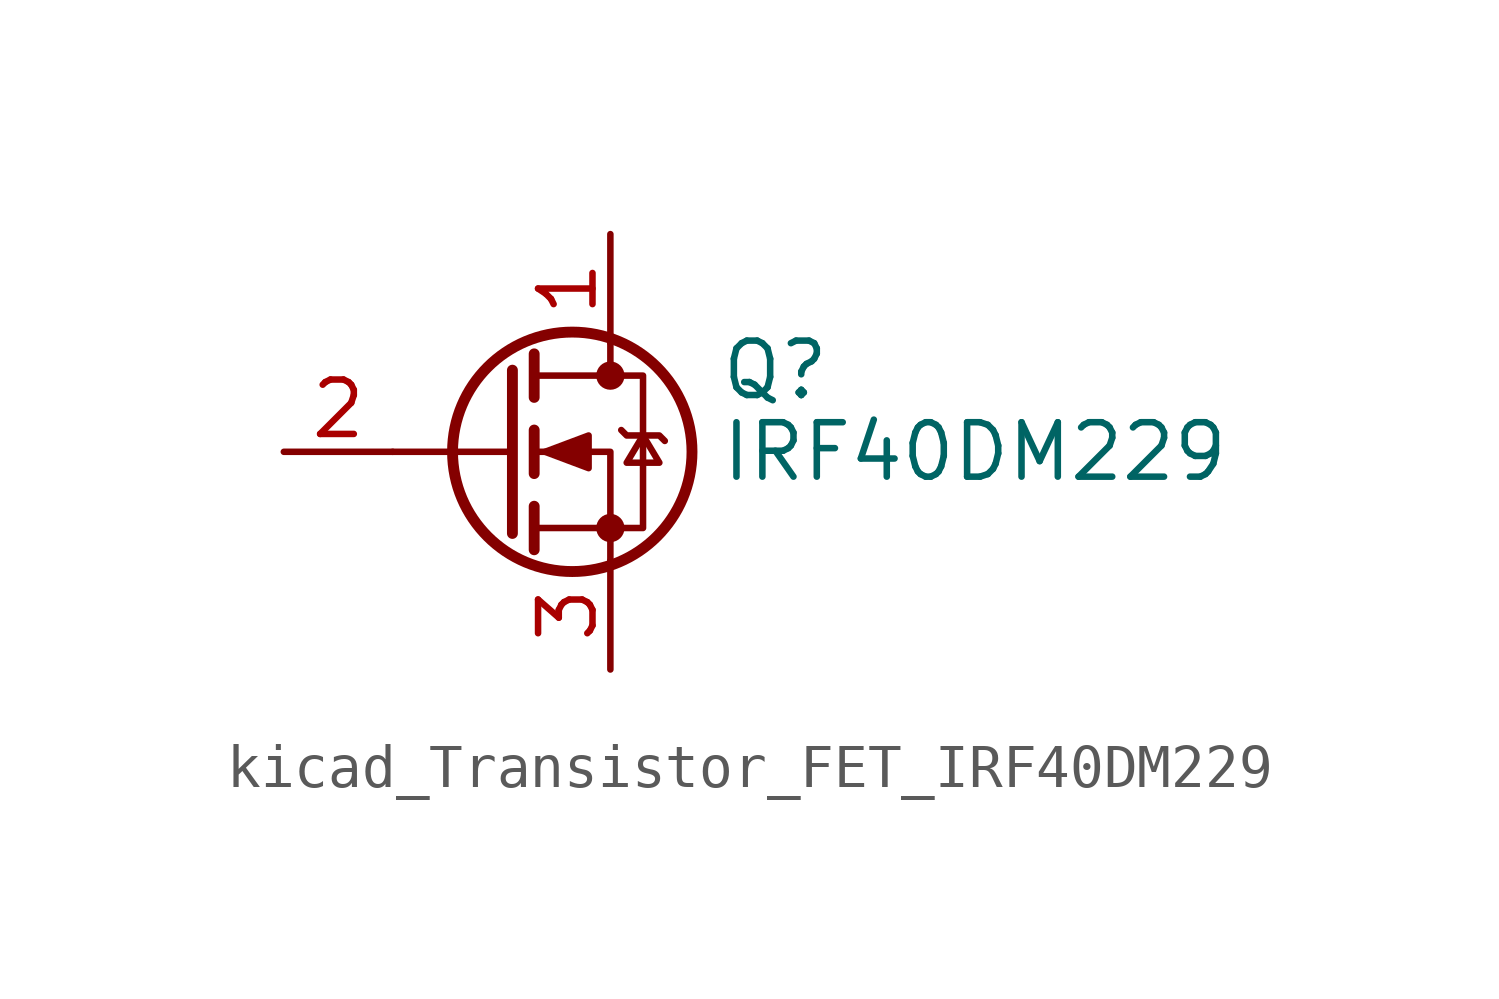
<source format=kicad_sym>
(kicad_symbol_lib
  (version 20220914)
  (generator kicad_symbol_editor)
  (symbol "kicad_Transistor_FET_IRF40DM229"
    (pin_names hide)
    (property "Reference" "Q"
      (at 5.08 1.905 0)
      (effects (font (size 1.27 1.27)) (justify left)))
    (property "Value" "IRF40DM229"
      (at 5.08 0 0)
      (effects (font (size 1.27 1.27)) (justify left)))
    (symbol "kicad_Transistor_FET_IRF40DM229_0_1"
      (polyline (pts (xy 0.254 0) (xy -2.54 0)) (stroke (width 0) (type default)) (fill (type none)))
      (polyline (pts (xy 0.254 1.905) (xy 0.254 -1.905)) (stroke (width 0.254) (type default)) (fill (type none)))
      (polyline (pts (xy 0.762 -1.27) (xy 0.762 -2.286)) (stroke (width 0.254) (type default)) (fill (type none)))
      (polyline (pts (xy 0.762 0.508) (xy 0.762 -0.508)) (stroke (width 0.254) (type default)) (fill (type none)))
      (polyline (pts (xy 0.762 2.286) (xy 0.762 1.27)) (stroke (width 0.254) (type default)) (fill (type none)))
      (polyline (pts (xy 2.54 2.54) (xy 2.54 1.778)) (stroke (width 0) (type default)) (fill (type none)))
      (polyline (pts (xy 2.54 -2.54) (xy 2.54 0) (xy 0.762 0)) (stroke (width 0) (type default)) (fill (type none)))
      (polyline (pts (xy 0.762 -1.778) (xy 3.302 -1.778) (xy 3.302 1.778) (xy 0.762 1.778)) (stroke (width 0) (type default)) (fill (type none)))
      (polyline (pts (xy 1.016 0) (xy 2.032 0.381) (xy 2.032 -0.381) (xy 1.016 0)) (stroke (width 0) (type default)) (fill (type outline)))
      (polyline (pts (xy 2.794 0.508) (xy 2.921 0.381) (xy 3.683 0.381) (xy 3.81 0.254)) (stroke (width 0) (type default)) (fill (type none)))
      (polyline (pts (xy 3.302 0.381) (xy 2.921 -0.254) (xy 3.683 -0.254) (xy 3.302 0.381)) (stroke (width 0) (type default)) (fill (type none)))
      (circle (center 1.651 0) (radius 2.794) (stroke (width 0.254) (type default)) (fill (type none)))
      (circle (center 2.54 -1.778) (radius 0.254) (stroke (width 0) (type default)) (fill (type outline)))
      (circle (center 2.54 1.778) (radius 0.254) (stroke (width 0) (type default)) (fill (type outline))))
    (symbol "kicad_Transistor_FET_IRF40DM229_1_1"
      (pin passive line (at 2.54 5.08 270) (length 2.54) (name "D" (effects (font (size 1.27 1.27)))) (number "1" (effects (font (size 1.27 1.27)))))
      (pin input line (at -5.08 0 0) (length 2.54) (name "G" (effects (font (size 1.27 1.27)))) (number "2" (effects (font (size 1.27 1.27)))))
      (pin passive line (at 2.54 -5.08 90) (length 2.54) (name "S" (effects (font (size 1.27 1.27)))) (number "3" (effects (font (size 1.27 1.27))))))))
</source>
